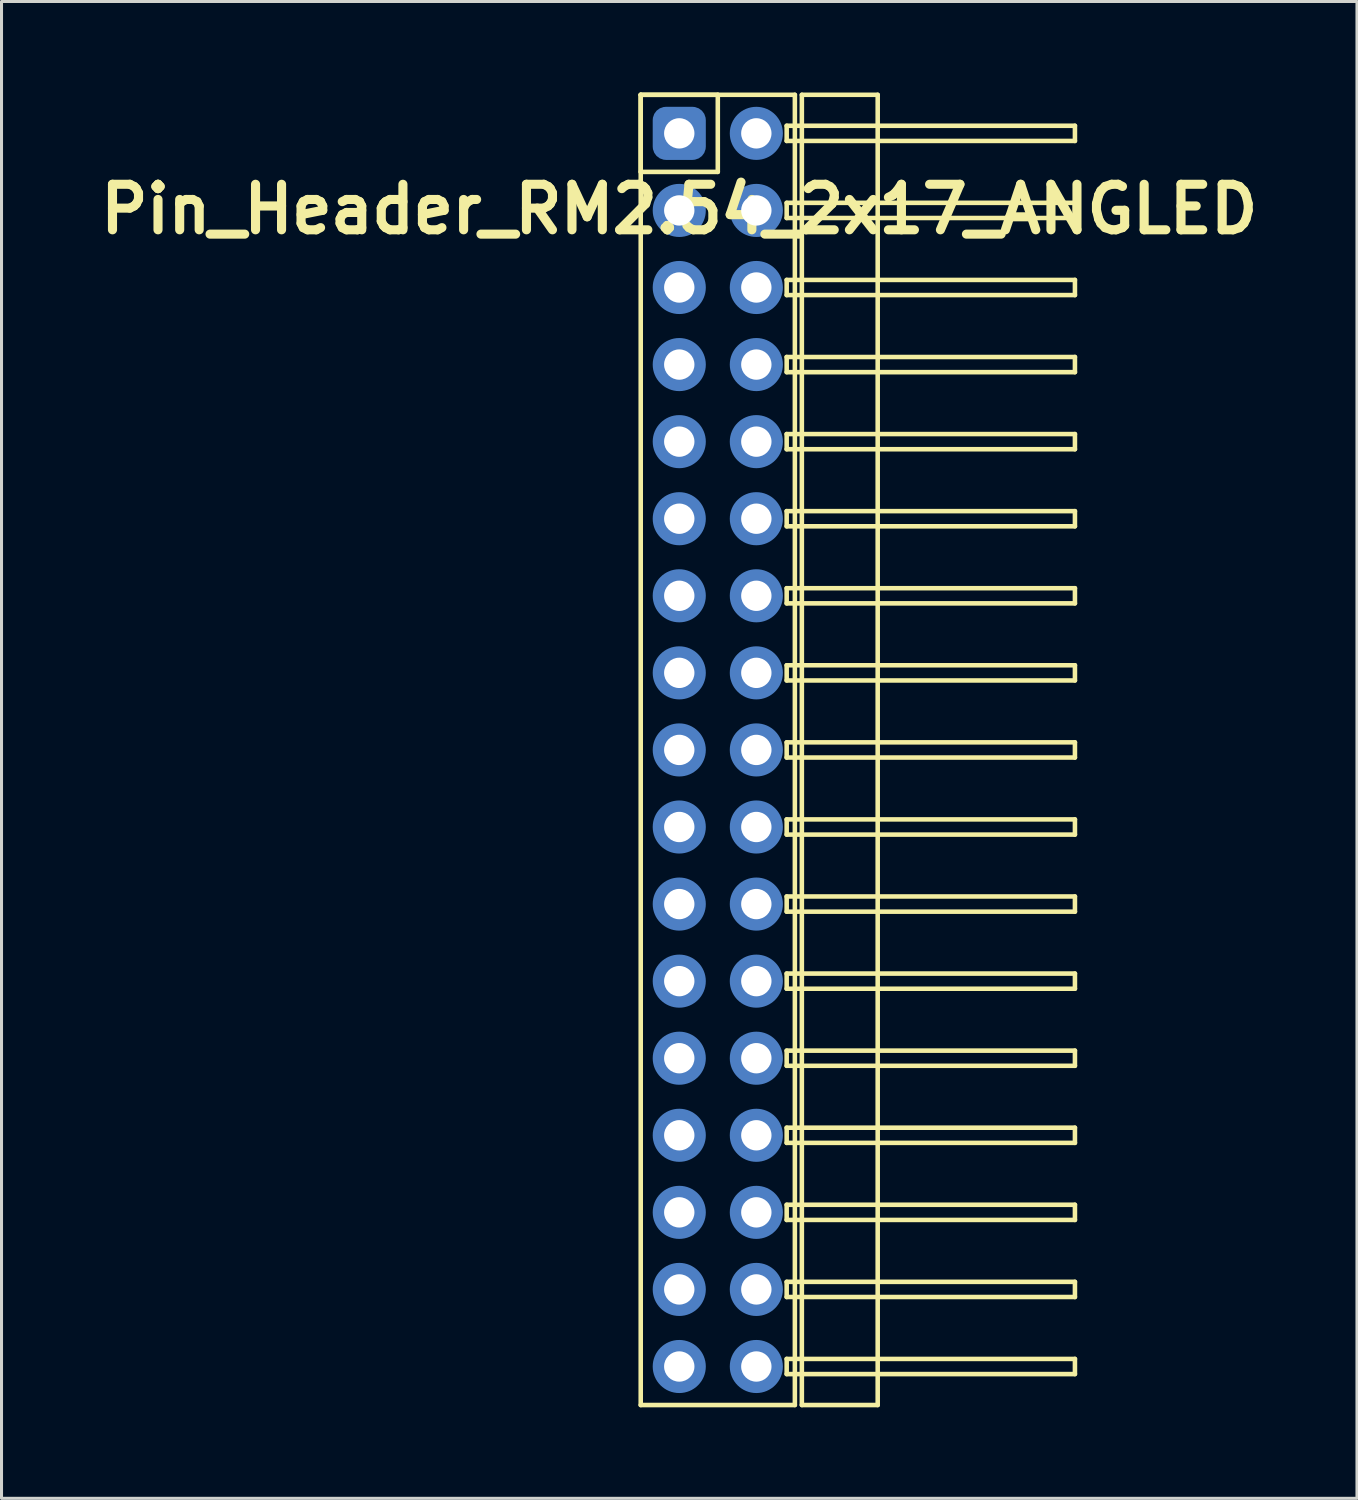
<source format=kicad_pcb>
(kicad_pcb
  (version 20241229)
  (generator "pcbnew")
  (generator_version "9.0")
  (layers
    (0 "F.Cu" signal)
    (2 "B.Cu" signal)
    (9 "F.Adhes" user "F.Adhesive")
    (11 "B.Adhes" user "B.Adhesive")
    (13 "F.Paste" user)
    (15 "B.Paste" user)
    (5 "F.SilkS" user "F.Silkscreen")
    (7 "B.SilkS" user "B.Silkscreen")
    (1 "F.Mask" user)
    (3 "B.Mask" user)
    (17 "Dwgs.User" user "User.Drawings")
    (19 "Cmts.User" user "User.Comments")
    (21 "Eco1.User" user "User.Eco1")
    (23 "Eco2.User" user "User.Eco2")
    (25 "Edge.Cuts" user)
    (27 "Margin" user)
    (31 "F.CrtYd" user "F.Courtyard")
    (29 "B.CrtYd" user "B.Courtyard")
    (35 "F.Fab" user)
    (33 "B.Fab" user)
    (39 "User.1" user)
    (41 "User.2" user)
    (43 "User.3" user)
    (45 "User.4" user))
  (footprint "Pin_Header_RM2.54_2x17_ANGLED"
    (layer "F.Cu")
    (at 19.336 1.345)
    (property "Reference" "Pin_Header_RM2.54_2x17_ANGLED" (at 0 2.5 0) (layer "F.SilkS") (effects (font (size 1.5 1.5) (thickness 0.3))))
    (attr through_hole)
    (fp_line (start -1.27 -1.27) (end 1.27 -1.27) (stroke (width 0.15) (type solid)) (layer "F.SilkS"))
    (fp_line (start -1.27 -1.27) (end 3.81 -1.27) (stroke (width 0.15) (type solid)) (layer "F.SilkS"))
    (fp_line (start -1.27 1.27) (end -1.27 -1.27) (stroke (width 0.15) (type solid)) (layer "F.SilkS"))
    (fp_line (start -1.27 41.91) (end -1.27 -1.27) (stroke (width 0.15) (type solid)) (layer "F.SilkS"))
    (fp_line (start 1.27 -1.27) (end 1.27 1.27) (stroke (width 0.15) (type solid)) (layer "F.SilkS"))
    (fp_line (start 1.27 1.27) (end -1.27 1.27) (stroke (width 0.15) (type solid)) (layer "F.SilkS"))
    (fp_line (start 3.54 -0.25) (end 13.04 -0.25) (stroke (width 0.15) (type solid)) (layer "F.SilkS"))
    (fp_line (start 3.54 0.25) (end 3.54 -0.25) (stroke (width 0.15) (type solid)) (layer "F.SilkS"))
    (fp_line (start 3.54 2.29) (end 13.04 2.29) (stroke (width 0.15) (type solid)) (layer "F.SilkS"))
    (fp_line (start 3.54 2.79) (end 3.54 2.29) (stroke (width 0.15) (type solid)) (layer "F.SilkS"))
    (fp_line (start 3.54 4.83) (end 13.04 4.83) (stroke (width 0.15) (type solid)) (layer "F.SilkS"))
    (fp_line (start 3.54 5.33) (end 3.54 4.83) (stroke (width 0.15) (type solid)) (layer "F.SilkS"))
    (fp_line (start 3.54 7.37) (end 13.04 7.37) (stroke (width 0.15) (type solid)) (layer "F.SilkS"))
    (fp_line (start 3.54 7.87) (end 3.54 7.37) (stroke (width 0.15) (type solid)) (layer "F.SilkS"))
    (fp_line (start 3.54 9.91) (end 13.04 9.91) (stroke (width 0.15) (type solid)) (layer "F.SilkS"))
    (fp_line (start 3.54 10.41) (end 3.54 9.91) (stroke (width 0.15) (type solid)) (layer "F.SilkS"))
    (fp_line (start 3.54 12.45) (end 13.04 12.45) (stroke (width 0.15) (type solid)) (layer "F.SilkS"))
    (fp_line (start 3.54 12.95) (end 3.54 12.45) (stroke (width 0.15) (type solid)) (layer "F.SilkS"))
    (fp_line (start 3.54 14.99) (end 13.04 14.99) (stroke (width 0.15) (type solid)) (layer "F.SilkS"))
    (fp_line (start 3.54 15.49) (end 3.54 14.99) (stroke (width 0.15) (type solid)) (layer "F.SilkS"))
    (fp_line (start 3.54 17.53) (end 13.04 17.53) (stroke (width 0.15) (type solid)) (layer "F.SilkS"))
    (fp_line (start 3.54 18.03) (end 3.54 17.53) (stroke (width 0.15) (type solid)) (layer "F.SilkS"))
    (fp_line (start 3.54 20.07) (end 13.04 20.07) (stroke (width 0.15) (type solid)) (layer "F.SilkS"))
    (fp_line (start 3.54 20.57) (end 3.54 20.07) (stroke (width 0.15) (type solid)) (layer "F.SilkS"))
    (fp_line (start 3.54 22.61) (end 13.04 22.61) (stroke (width 0.15) (type solid)) (layer "F.SilkS"))
    (fp_line (start 3.54 23.11) (end 3.54 22.61) (stroke (width 0.15) (type solid)) (layer "F.SilkS"))
    (fp_line (start 3.54 25.15) (end 13.04 25.15) (stroke (width 0.15) (type solid)) (layer "F.SilkS"))
    (fp_line (start 3.54 25.65) (end 3.54 25.15) (stroke (width 0.15) (type solid)) (layer "F.SilkS"))
    (fp_line (start 3.54 27.69) (end 13.04 27.69) (stroke (width 0.15) (type solid)) (layer "F.SilkS"))
    (fp_line (start 3.54 28.19) (end 3.54 27.69) (stroke (width 0.15) (type solid)) (layer "F.SilkS"))
    (fp_line (start 3.54 30.23) (end 13.04 30.23) (stroke (width 0.15) (type solid)) (layer "F.SilkS"))
    (fp_line (start 3.54 30.73) (end 3.54 30.23) (stroke (width 0.15) (type solid)) (layer "F.SilkS"))
    (fp_line (start 3.54 32.77) (end 13.04 32.77) (stroke (width 0.15) (type solid)) (layer "F.SilkS"))
    (fp_line (start 3.54 33.27) (end 3.54 32.77) (stroke (width 0.15) (type solid)) (layer "F.SilkS"))
    (fp_line (start 3.54 35.31) (end 13.04 35.31) (stroke (width 0.15) (type solid)) (layer "F.SilkS"))
    (fp_line (start 3.54 35.81) (end 3.54 35.31) (stroke (width 0.15) (type solid)) (layer "F.SilkS"))
    (fp_line (start 3.54 37.85) (end 13.04 37.85) (stroke (width 0.15) (type solid)) (layer "F.SilkS"))
    (fp_line (start 3.54 38.35) (end 3.54 37.85) (stroke (width 0.15) (type solid)) (layer "F.SilkS"))
    (fp_line (start 3.54 40.39) (end 13.04 40.39) (stroke (width 0.15) (type solid)) (layer "F.SilkS"))
    (fp_line (start 3.54 40.89) (end 3.54 40.39) (stroke (width 0.15) (type solid)) (layer "F.SilkS"))
    (fp_line (start 3.81 -1.27) (end 3.81 41.91) (stroke (width 0.15) (type solid)) (layer "F.SilkS"))
    (fp_line (start 3.81 41.91) (end -1.27 41.91) (stroke (width 0.15) (type solid)) (layer "F.SilkS"))
    (fp_line (start 4.04 -1.27) (end 6.54 -1.27) (stroke (width 0.15) (type solid)) (layer "F.SilkS"))
    (fp_line (start 4.04 41.91) (end 4.04 -1.27) (stroke (width 0.15) (type solid)) (layer "F.SilkS"))
    (fp_line (start 6.54 -1.27) (end 6.54 41.91) (stroke (width 0.15) (type solid)) (layer "F.SilkS"))
    (fp_line (start 6.54 41.91) (end 4.04 41.91) (stroke (width 0.15) (type solid)) (layer "F.SilkS"))
    (fp_line (start 13.04 -0.25) (end 13.04 0.25) (stroke (width 0.15) (type solid)) (layer "F.SilkS"))
    (fp_line (start 13.04 0.25) (end 3.54 0.25) (stroke (width 0.15) (type solid)) (layer "F.SilkS"))
    (fp_line (start 13.04 2.29) (end 13.04 2.79) (stroke (width 0.15) (type solid)) (layer "F.SilkS"))
    (fp_line (start 13.04 2.79) (end 3.54 2.79) (stroke (width 0.15) (type solid)) (layer "F.SilkS"))
    (fp_line (start 13.04 4.83) (end 13.04 5.33) (stroke (width 0.15) (type solid)) (layer "F.SilkS"))
    (fp_line (start 13.04 5.33) (end 3.54 5.33) (stroke (width 0.15) (type solid)) (layer "F.SilkS"))
    (fp_line (start 13.04 7.37) (end 13.04 7.87) (stroke (width 0.15) (type solid)) (layer "F.SilkS"))
    (fp_line (start 13.04 7.87) (end 3.54 7.87) (stroke (width 0.15) (type solid)) (layer "F.SilkS"))
    (fp_line (start 13.04 9.91) (end 13.04 10.41) (stroke (width 0.15) (type solid)) (layer "F.SilkS"))
    (fp_line (start 13.04 10.41) (end 3.54 10.41) (stroke (width 0.15) (type solid)) (layer "F.SilkS"))
    (fp_line (start 13.04 12.45) (end 13.04 12.95) (stroke (width 0.15) (type solid)) (layer "F.SilkS"))
    (fp_line (start 13.04 12.95) (end 3.54 12.95) (stroke (width 0.15) (type solid)) (layer "F.SilkS"))
    (fp_line (start 13.04 14.99) (end 13.04 15.49) (stroke (width 0.15) (type solid)) (layer "F.SilkS"))
    (fp_line (start 13.04 15.49) (end 3.54 15.49) (stroke (width 0.15) (type solid)) (layer "F.SilkS"))
    (fp_line (start 13.04 17.53) (end 13.04 18.03) (stroke (width 0.15) (type solid)) (layer "F.SilkS"))
    (fp_line (start 13.04 18.03) (end 3.54 18.03) (stroke (width 0.15) (type solid)) (layer "F.SilkS"))
    (fp_line (start 13.04 20.07) (end 13.04 20.57) (stroke (width 0.15) (type solid)) (layer "F.SilkS"))
    (fp_line (start 13.04 20.57) (end 3.54 20.57) (stroke (width 0.15) (type solid)) (layer "F.SilkS"))
    (fp_line (start 13.04 22.61) (end 13.04 23.11) (stroke (width 0.15) (type solid)) (layer "F.SilkS"))
    (fp_line (start 13.04 23.11) (end 3.54 23.11) (stroke (width 0.15) (type solid)) (layer "F.SilkS"))
    (fp_line (start 13.04 25.15) (end 13.04 25.65) (stroke (width 0.15) (type solid)) (layer "F.SilkS"))
    (fp_line (start 13.04 25.65) (end 3.54 25.65) (stroke (width 0.15) (type solid)) (layer "F.SilkS"))
    (fp_line (start 13.04 27.69) (end 13.04 28.19) (stroke (width 0.15) (type solid)) (layer "F.SilkS"))
    (fp_line (start 13.04 28.19) (end 3.54 28.19) (stroke (width 0.15) (type solid)) (layer "F.SilkS"))
    (fp_line (start 13.04 30.23) (end 13.04 30.73) (stroke (width 0.15) (type solid)) (layer "F.SilkS"))
    (fp_line (start 13.04 30.73) (end 3.54 30.73) (stroke (width 0.15) (type solid)) (layer "F.SilkS"))
    (fp_line (start 13.04 32.77) (end 13.04 33.27) (stroke (width 0.15) (type solid)) (layer "F.SilkS"))
    (fp_line (start 13.04 33.27) (end 3.54 33.27) (stroke (width 0.15) (type solid)) (layer "F.SilkS"))
    (fp_line (start 13.04 35.31) (end 13.04 35.81) (stroke (width 0.15) (type solid)) (layer "F.SilkS"))
    (fp_line (start 13.04 35.81) (end 3.54 35.81) (stroke (width 0.15) (type solid)) (layer "F.SilkS"))
    (fp_line (start 13.04 37.85) (end 13.04 38.35) (stroke (width 0.15) (type solid)) (layer "F.SilkS"))
    (fp_line (start 13.04 38.35) (end 3.54 38.35) (stroke (width 0.15) (type solid)) (layer "F.SilkS"))
    (fp_line (start 13.04 40.39) (end 13.04 40.89) (stroke (width 0.15) (type solid)) (layer "F.SilkS"))
    (fp_line (start 13.04 40.89) (end 3.54 40.89) (stroke (width 0.15) (type solid)) (layer "F.SilkS"))
    (pad "1" thru_hole circle (at 0 0) (size 1.3 1.3) (drill 1) (layers "*.Cu" "*.Mask"))
    (pad "1" smd roundrect (at 0 0) (size 1.5 1.5) (layers "F.Cu" "F.Mask") (roundrect_rratio 0.25))
    (pad "1" smd roundrect (at 0 0) (size 1.75 1.75) (layers "B.Cu" "B.Mask") (roundrect_rratio 0.25))
    (pad "2" thru_hole circle (at 2.54 0) (size 1.3 1.3) (drill 1) (layers "*.Cu" "*.Mask"))
    (pad "2" smd circle (at 2.54 0) (size 1.5 1.5) (layers "F.Cu" "F.Mask"))
    (pad "2" smd circle (at 2.54 0) (size 1.75 1.75) (layers "B.Cu" "B.Mask"))
    (pad "3" thru_hole circle (at 0 2.54) (size 1.3 1.3) (drill 1) (layers "*.Cu" "*.Mask"))
    (pad "3" smd circle (at 0 2.54) (size 1.5 1.5) (layers "F.Cu" "F.Mask"))
    (pad "3" smd circle (at 0 2.54) (size 1.75 1.75) (layers "B.Cu" "B.Mask"))
    (pad "4" thru_hole circle (at 2.54 2.54) (size 1.3 1.3) (drill 1) (layers "*.Cu" "*.Mask"))
    (pad "4" smd circle (at 2.54 2.54) (size 1.5 1.5) (layers "F.Cu" "F.Mask"))
    (pad "4" smd circle (at 2.54 2.54) (size 1.75 1.75) (layers "B.Cu" "B.Mask"))
    (pad "5" thru_hole circle (at 0 5.08) (size 1.3 1.3) (drill 1) (layers "*.Cu" "*.Mask"))
    (pad "5" smd circle (at 0 5.08) (size 1.5 1.5) (layers "F.Cu" "F.Mask"))
    (pad "5" smd circle (at 0 5.08) (size 1.75 1.75) (layers "B.Cu" "B.Mask"))
    (pad "6" thru_hole circle (at 2.54 5.08) (size 1.3 1.3) (drill 1) (layers "*.Cu" "*.Mask"))
    (pad "6" smd circle (at 2.54 5.08) (size 1.5 1.5) (layers "F.Cu" "F.Mask"))
    (pad "6" smd circle (at 2.54 5.08) (size 1.75 1.75) (layers "B.Cu" "B.Mask"))
    (pad "7" thru_hole circle (at 0 7.62) (size 1.3 1.3) (drill 1) (layers "*.Cu" "*.Mask"))
    (pad "7" smd circle (at 0 7.62) (size 1.5 1.5) (layers "F.Cu" "F.Mask"))
    (pad "7" smd circle (at 0 7.62) (size 1.75 1.75) (layers "B.Cu" "B.Mask"))
    (pad "8" thru_hole circle (at 2.54 7.62) (size 1.3 1.3) (drill 1) (layers "*.Cu" "*.Mask"))
    (pad "8" smd circle (at 2.54 7.62) (size 1.5 1.5) (layers "F.Cu" "F.Mask"))
    (pad "8" smd circle (at 2.54 7.62) (size 1.75 1.75) (layers "B.Cu" "B.Mask"))
    (pad "9" thru_hole circle (at 0 10.16) (size 1.3 1.3) (drill 1) (layers "*.Cu" "*.Mask"))
    (pad "9" smd circle (at 0 10.16) (size 1.5 1.5) (layers "F.Cu" "F.Mask"))
    (pad "9" smd circle (at 0 10.16) (size 1.75 1.75) (layers "B.Cu" "B.Mask"))
    (pad "10" thru_hole circle (at 2.54 10.16) (size 1.3 1.3) (drill 1) (layers "*.Cu" "*.Mask"))
    (pad "10" smd circle (at 2.54 10.16) (size 1.5 1.5) (layers "F.Cu" "F.Mask"))
    (pad "10" smd circle (at 2.54 10.16) (size 1.75 1.75) (layers "B.Cu" "B.Mask"))
    (pad "11" thru_hole circle (at 0 12.7) (size 1.3 1.3) (drill 1) (layers "*.Cu" "*.Mask"))
    (pad "11" smd circle (at 0 12.7) (size 1.5 1.5) (layers "F.Cu" "F.Mask"))
    (pad "11" smd circle (at 0 12.7) (size 1.75 1.75) (layers "B.Cu" "B.Mask"))
    (pad "12" thru_hole circle (at 2.54 12.7) (size 1.3 1.3) (drill 1) (layers "*.Cu" "*.Mask"))
    (pad "12" smd circle (at 2.54 12.7) (size 1.5 1.5) (layers "F.Cu" "F.Mask"))
    (pad "12" smd circle (at 2.54 12.7) (size 1.75 1.75) (layers "B.Cu" "B.Mask"))
    (pad "13" thru_hole circle (at 0 15.24) (size 1.3 1.3) (drill 1) (layers "*.Cu" "*.Mask"))
    (pad "13" smd circle (at 0 15.24) (size 1.5 1.5) (layers "F.Cu" "F.Mask"))
    (pad "13" smd circle (at 0 15.24) (size 1.75 1.75) (layers "B.Cu" "B.Mask"))
    (pad "14" thru_hole circle (at 2.54 15.24) (size 1.3 1.3) (drill 1) (layers "*.Cu" "*.Mask"))
    (pad "14" smd circle (at 2.54 15.24) (size 1.5 1.5) (layers "F.Cu" "F.Mask"))
    (pad "14" smd circle (at 2.54 15.24) (size 1.75 1.75) (layers "B.Cu" "B.Mask"))
    (pad "15" thru_hole circle (at 0 17.78) (size 1.3 1.3) (drill 1) (layers "*.Cu" "*.Mask"))
    (pad "15" smd circle (at 0 17.78) (size 1.5 1.5) (layers "F.Cu" "F.Mask"))
    (pad "15" smd circle (at 0 17.78) (size 1.75 1.75) (layers "B.Cu" "B.Mask"))
    (pad "16" thru_hole circle (at 2.54 17.78) (size 1.3 1.3) (drill 1) (layers "*.Cu" "*.Mask"))
    (pad "16" smd circle (at 2.54 17.78) (size 1.5 1.5) (layers "F.Cu" "F.Mask"))
    (pad "16" smd circle (at 2.54 17.78) (size 1.75 1.75) (layers "B.Cu" "B.Mask"))
    (pad "17" thru_hole circle (at 0 20.32) (size 1.3 1.3) (drill 1) (layers "*.Cu" "*.Mask"))
    (pad "17" smd circle (at 0 20.32) (size 1.5 1.5) (layers "F.Cu" "F.Mask"))
    (pad "17" smd circle (at 0 20.32) (size 1.75 1.75) (layers "B.Cu" "B.Mask"))
    (pad "18" thru_hole circle (at 2.54 20.32) (size 1.3 1.3) (drill 1) (layers "*.Cu" "*.Mask"))
    (pad "18" smd circle (at 2.54 20.32) (size 1.5 1.5) (layers "F.Cu" "F.Mask"))
    (pad "18" smd circle (at 2.54 20.32) (size 1.75 1.75) (layers "B.Cu" "B.Mask"))
    (pad "19" thru_hole circle (at 0 22.86) (size 1.3 1.3) (drill 1) (layers "*.Cu" "*.Mask"))
    (pad "19" smd circle (at 0 22.86) (size 1.5 1.5) (layers "F.Cu" "F.Mask"))
    (pad "19" smd circle (at 0 22.86) (size 1.75 1.75) (layers "B.Cu" "B.Mask"))
    (pad "20" thru_hole circle (at 2.54 22.86) (size 1.3 1.3) (drill 1) (layers "*.Cu" "*.Mask"))
    (pad "20" smd circle (at 2.54 22.86) (size 1.5 1.5) (layers "F.Cu" "F.Mask"))
    (pad "20" smd circle (at 2.54 22.86) (size 1.75 1.75) (layers "B.Cu" "B.Mask"))
    (pad "21" thru_hole circle (at 0 25.4) (size 1.3 1.3) (drill 1) (layers "*.Cu" "*.Mask"))
    (pad "21" smd circle (at 0 25.4) (size 1.5 1.5) (layers "F.Cu" "F.Mask"))
    (pad "21" smd circle (at 0 25.4) (size 1.75 1.75) (layers "B.Cu" "B.Mask"))
    (pad "22" thru_hole circle (at 2.54 25.4) (size 1.3 1.3) (drill 1) (layers "*.Cu" "*.Mask"))
    (pad "22" smd circle (at 2.54 25.4) (size 1.5 1.5) (layers "F.Cu" "F.Mask"))
    (pad "22" smd circle (at 2.54 25.4) (size 1.75 1.75) (layers "B.Cu" "B.Mask"))
    (pad "23" thru_hole circle (at 0 27.94) (size 1.3 1.3) (drill 1) (layers "*.Cu" "*.Mask"))
    (pad "23" smd circle (at 0 27.94) (size 1.5 1.5) (layers "F.Cu" "F.Mask"))
    (pad "23" smd circle (at 0 27.94) (size 1.75 1.75) (layers "B.Cu" "B.Mask"))
    (pad "24" thru_hole circle (at 2.54 27.94) (size 1.3 1.3) (drill 1) (layers "*.Cu" "*.Mask"))
    (pad "24" smd circle (at 2.54 27.94) (size 1.5 1.5) (layers "F.Cu" "F.Mask"))
    (pad "24" smd circle (at 2.54 27.94) (size 1.75 1.75) (layers "B.Cu" "B.Mask"))
    (pad "25" thru_hole circle (at 0 30.48) (size 1.3 1.3) (drill 1) (layers "*.Cu" "*.Mask"))
    (pad "25" smd circle (at 0 30.48) (size 1.5 1.5) (layers "F.Cu" "F.Mask"))
    (pad "25" smd circle (at 0 30.48) (size 1.75 1.75) (layers "B.Cu" "B.Mask"))
    (pad "26" thru_hole circle (at 2.54 30.48) (size 1.3 1.3) (drill 1) (layers "*.Cu" "*.Mask"))
    (pad "26" smd circle (at 2.54 30.48) (size 1.5 1.5) (layers "F.Cu" "F.Mask"))
    (pad "26" smd circle (at 2.54 30.48) (size 1.75 1.75) (layers "B.Cu" "B.Mask"))
    (pad "27" thru_hole circle (at 0 33.02) (size 1.3 1.3) (drill 1) (layers "*.Cu" "*.Mask"))
    (pad "27" smd circle (at 0 33.02) (size 1.5 1.5) (layers "F.Cu" "F.Mask"))
    (pad "27" smd circle (at 0 33.02) (size 1.75 1.75) (layers "B.Cu" "B.Mask"))
    (pad "28" thru_hole circle (at 2.54 33.02) (size 1.3 1.3) (drill 1) (layers "*.Cu" "*.Mask"))
    (pad "28" smd circle (at 2.54 33.02) (size 1.5 1.5) (layers "F.Cu" "F.Mask"))
    (pad "28" smd circle (at 2.54 33.02) (size 1.75 1.75) (layers "B.Cu" "B.Mask"))
    (pad "29" thru_hole circle (at 0 35.56) (size 1.3 1.3) (drill 1) (layers "*.Cu" "*.Mask"))
    (pad "29" smd circle (at 0 35.56) (size 1.5 1.5) (layers "F.Cu" "F.Mask"))
    (pad "29" smd circle (at 0 35.56) (size 1.75 1.75) (layers "B.Cu" "B.Mask"))
    (pad "30" thru_hole circle (at 2.54 35.56) (size 1.3 1.3) (drill 1) (layers "*.Cu" "*.Mask"))
    (pad "30" smd circle (at 2.54 35.56) (size 1.5 1.5) (layers "F.Cu" "F.Mask"))
    (pad "30" smd circle (at 2.54 35.56) (size 1.75 1.75) (layers "B.Cu" "B.Mask"))
    (pad "31" thru_hole circle (at 0 38.1) (size 1.3 1.3) (drill 1) (layers "*.Cu" "*.Mask"))
    (pad "31" smd circle (at 0 38.1) (size 1.5 1.5) (layers "F.Cu" "F.Mask"))
    (pad "31" smd circle (at 0 38.1) (size 1.75 1.75) (layers "B.Cu" "B.Mask"))
    (pad "32" thru_hole circle (at 2.54 38.1) (size 1.3 1.3) (drill 1) (layers "*.Cu" "*.Mask"))
    (pad "32" smd circle (at 2.54 38.1) (size 1.5 1.5) (layers "F.Cu" "F.Mask"))
    (pad "32" smd circle (at 2.54 38.1) (size 1.75 1.75) (layers "B.Cu" "B.Mask"))
    (pad "33" thru_hole circle (at 0 40.64) (size 1.3 1.3) (drill 1) (layers "*.Cu" "*.Mask"))
    (pad "33" smd circle (at 0 40.64) (size 1.5 1.5) (layers "F.Cu" "F.Mask"))
    (pad "33" smd circle (at 0 40.64) (size 1.75 1.75) (layers "B.Cu" "B.Mask"))
    (pad "34" thru_hole circle (at 2.54 40.64) (size 1.3 1.3) (drill 1) (layers "*.Cu" "*.Mask"))
    (pad "34" smd circle (at 2.54 40.64) (size 1.5 1.5) (layers "F.Cu" "F.Mask"))
    (pad "34" smd circle (at 2.54 40.64) (size 1.75 1.75) (layers "B.Cu" "B.Mask")))
  (gr_rect
    (start -3 -3)
    (end 41.671 46.33)
    (stroke (width 0.1) (type default))
    (fill no)
    (layer "Edge.Cuts")))
</source>
